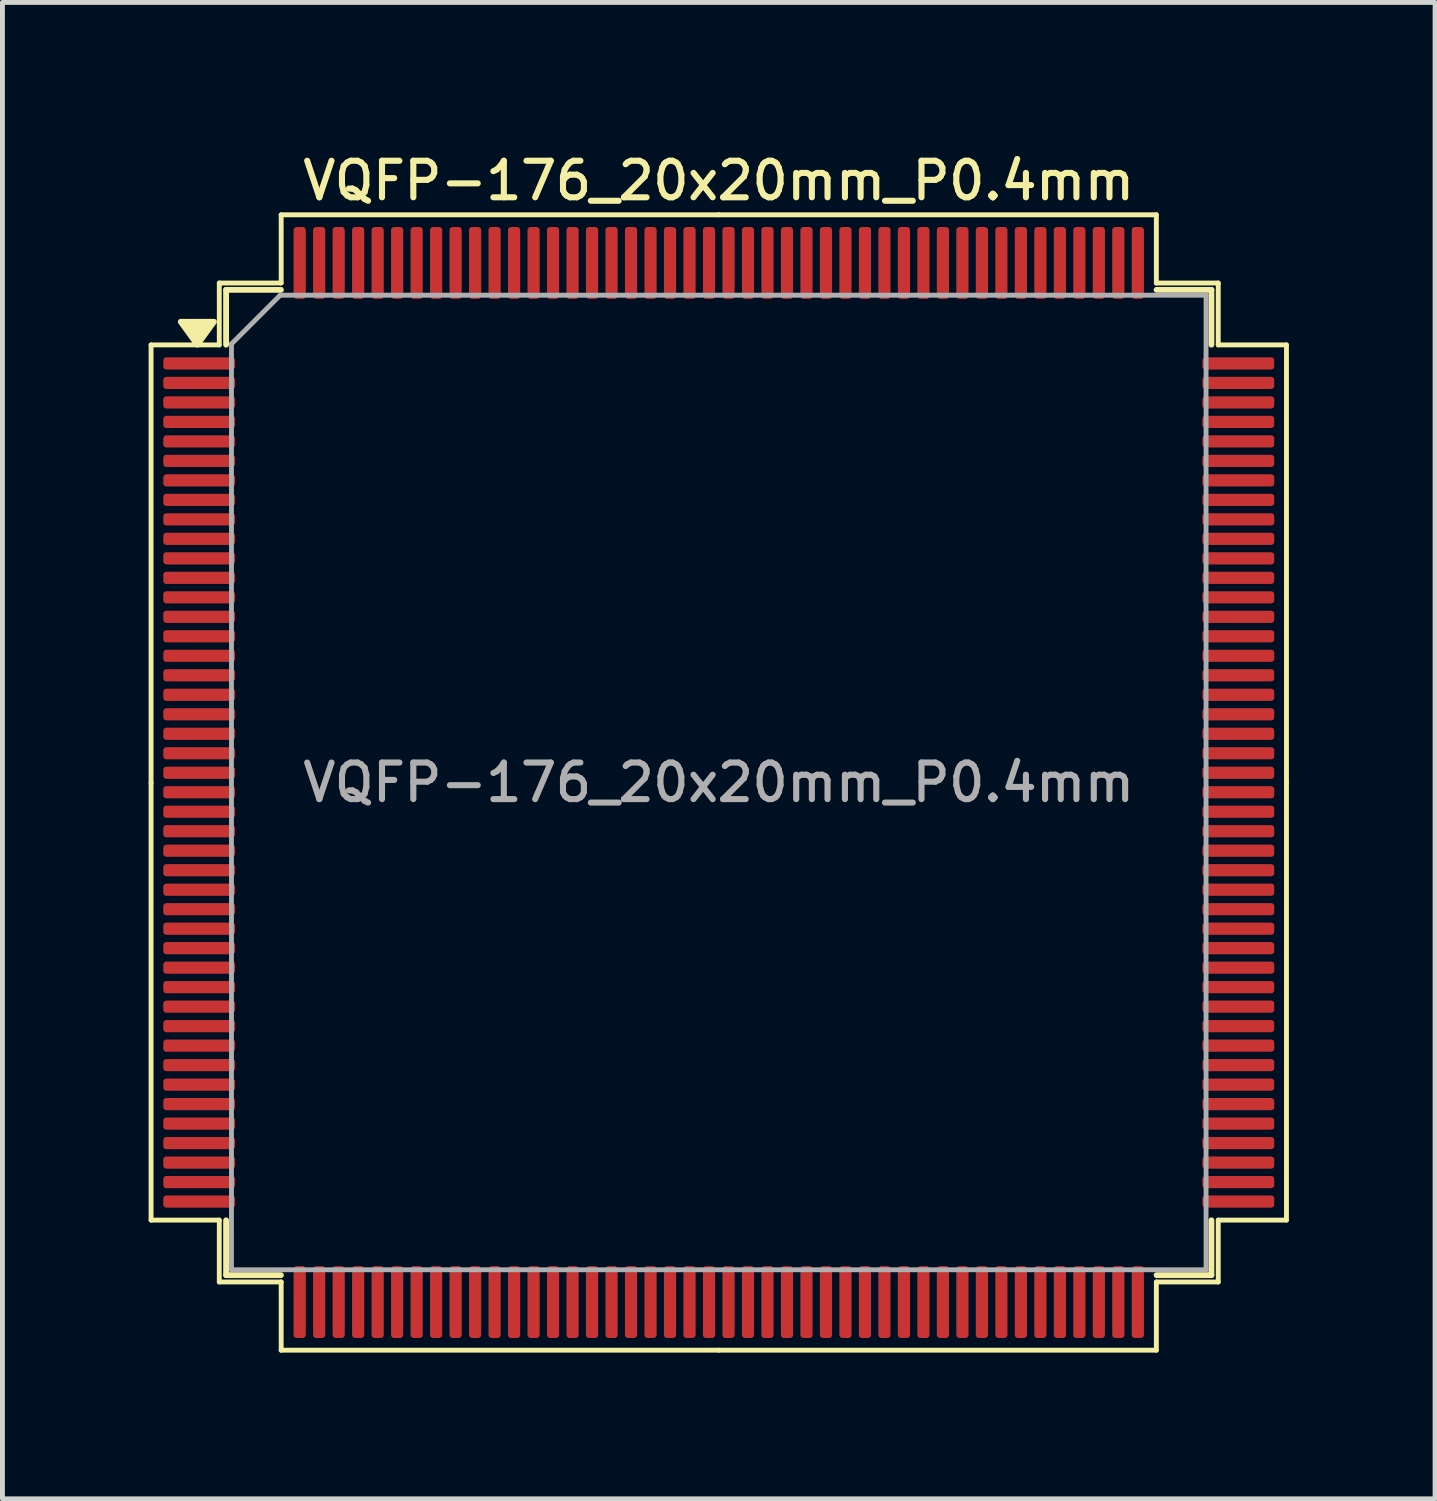
<source format=kicad_pcb>
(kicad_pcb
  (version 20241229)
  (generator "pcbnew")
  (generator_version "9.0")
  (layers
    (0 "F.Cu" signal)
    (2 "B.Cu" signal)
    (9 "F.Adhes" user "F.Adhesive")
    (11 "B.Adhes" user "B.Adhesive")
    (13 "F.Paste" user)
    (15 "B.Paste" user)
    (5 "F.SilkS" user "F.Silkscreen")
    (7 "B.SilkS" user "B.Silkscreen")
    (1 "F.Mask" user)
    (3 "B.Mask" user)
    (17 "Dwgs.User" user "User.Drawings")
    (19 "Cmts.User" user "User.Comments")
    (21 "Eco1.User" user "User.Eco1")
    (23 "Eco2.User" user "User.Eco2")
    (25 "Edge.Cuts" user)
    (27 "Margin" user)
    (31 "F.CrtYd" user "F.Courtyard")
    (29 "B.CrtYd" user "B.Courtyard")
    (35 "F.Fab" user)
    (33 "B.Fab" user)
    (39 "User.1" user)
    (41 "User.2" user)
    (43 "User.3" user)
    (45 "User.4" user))
  (footprint "VQFP-176_20x20mm_P0.4mm"
    (layer "F.Cu")
    (at 11.7 13.008)
    (property "Reference" "VQFP-176_20x20mm_P0.4mm" (at 0 -12.35 0) (layer "F.SilkS") (effects (font (size 0.75 0.75) (thickness 0.125))))
    (attr smd)
    (fp_line (start -11.65 -8.98) (end -11.65 0) (stroke (width 0.1) (type solid)) (layer "F.SilkS"))
    (fp_line (start -11.65 8.98) (end -11.65 0) (stroke (width 0.1) (type solid)) (layer "F.SilkS"))
    (fp_line (start -10.25 -10.25) (end -10.25 -8.98) (stroke (width 0.1) (type solid)) (layer "F.SilkS"))
    (fp_line (start -10.25 -8.98) (end -11.65 -8.98) (stroke (width 0.1) (type solid)) (layer "F.SilkS"))
    (fp_line (start -10.25 8.98) (end -11.65 8.98) (stroke (width 0.1) (type solid)) (layer "F.SilkS"))
    (fp_line (start -10.25 10.25) (end -10.25 8.98) (stroke (width 0.1) (type solid)) (layer "F.SilkS"))
    (fp_line (start -10.11 -10.11) (end -10.11 -8.985) (stroke (width 0.12) (type solid)) (layer "F.SilkS"))
    (fp_line (start -10.11 10.11) (end -10.11 8.985) (stroke (width 0.12) (type solid)) (layer "F.SilkS"))
    (fp_line (start -8.985 -10.11) (end -10.11 -10.11) (stroke (width 0.12) (type solid)) (layer "F.SilkS"))
    (fp_line (start -8.985 10.11) (end -10.11 10.11) (stroke (width 0.12) (type solid)) (layer "F.SilkS"))
    (fp_line (start -8.98 -11.65) (end -8.98 -10.25) (stroke (width 0.1) (type solid)) (layer "F.SilkS"))
    (fp_line (start -8.98 -10.25) (end -10.25 -10.25) (stroke (width 0.1) (type solid)) (layer "F.SilkS"))
    (fp_line (start -8.98 10.25) (end -10.25 10.25) (stroke (width 0.1) (type solid)) (layer "F.SilkS"))
    (fp_line (start -8.98 11.65) (end -8.98 10.25) (stroke (width 0.1) (type solid)) (layer "F.SilkS"))
    (fp_line (start 0 -11.65) (end -8.98 -11.65) (stroke (width 0.1) (type solid)) (layer "F.SilkS"))
    (fp_line (start 0 -11.65) (end 8.98 -11.65) (stroke (width 0.1) (type solid)) (layer "F.SilkS"))
    (fp_line (start 0 11.65) (end -8.98 11.65) (stroke (width 0.1) (type solid)) (layer "F.SilkS"))
    (fp_line (start 0 11.65) (end 8.98 11.65) (stroke (width 0.1) (type solid)) (layer "F.SilkS"))
    (fp_line (start 8.98 -11.65) (end 8.98 -10.25) (stroke (width 0.1) (type solid)) (layer "F.SilkS"))
    (fp_line (start 8.98 -10.25) (end 10.25 -10.25) (stroke (width 0.1) (type solid)) (layer "F.SilkS"))
    (fp_line (start 8.98 10.25) (end 10.25 10.25) (stroke (width 0.1) (type solid)) (layer "F.SilkS"))
    (fp_line (start 8.98 11.65) (end 8.98 10.25) (stroke (width 0.1) (type solid)) (layer "F.SilkS"))
    (fp_line (start 8.985 -10.11) (end 10.11 -10.11) (stroke (width 0.12) (type solid)) (layer "F.SilkS"))
    (fp_line (start 8.985 10.11) (end 10.11 10.11) (stroke (width 0.12) (type solid)) (layer "F.SilkS"))
    (fp_line (start 10.11 -10.11) (end 10.11 -8.985) (stroke (width 0.12) (type solid)) (layer "F.SilkS"))
    (fp_line (start 10.11 10.11) (end 10.11 8.985) (stroke (width 0.12) (type solid)) (layer "F.SilkS"))
    (fp_line (start 10.25 -10.25) (end 10.25 -8.98) (stroke (width 0.1) (type solid)) (layer "F.SilkS"))
    (fp_line (start 10.25 -8.98) (end 11.65 -8.98) (stroke (width 0.1) (type solid)) (layer "F.SilkS"))
    (fp_line (start 10.25 8.98) (end 11.65 8.98) (stroke (width 0.1) (type solid)) (layer "F.SilkS"))
    (fp_line (start 10.25 10.25) (end 10.25 8.98) (stroke (width 0.1) (type solid)) (layer "F.SilkS"))
    (fp_line (start 11.65 -8.98) (end 11.65 0) (stroke (width 0.1) (type solid)) (layer "F.SilkS"))
    (fp_line (start 11.65 8.98) (end 11.65 0) (stroke (width 0.1) (type solid)) (layer "F.SilkS"))
    (fp_poly (pts (xy -10.7 -8.985) (xy -11.04 -9.455) (xy -10.36 -9.455) (xy -10.7 -8.985)) (stroke (width 0.12) (type solid)) (fill yes) (layer "F.SilkS"))
    (fp_line (start -10 -9) (end -9 -10) (stroke (width 0.1) (type solid)) (layer "F.Fab"))
    (fp_line (start -10 10) (end -10 -9) (stroke (width 0.1) (type solid)) (layer "F.Fab"))
    (fp_line (start -9 -10) (end 10 -10) (stroke (width 0.1) (type solid)) (layer "F.Fab"))
    (fp_line (start 10 -10) (end 10 10) (stroke (width 0.1) (type solid)) (layer "F.Fab"))
    (fp_line (start 10 10) (end -10 10) (stroke (width 0.1) (type solid)) (layer "F.Fab"))
    (fp_text user "${REFERENCE}" (at 0 0 0) (layer "F.Fab") (effects (font (size 0.75 0.75) (thickness 0.125))))
    (pad "1" smd roundrect (at -10.662 -8.6) (size 1.475 0.25) (layers "F.Cu" "F.Mask" "F.Paste") (roundrect_rratio 0.25))
    (pad "2" smd roundrect (at -10.662 -8.2) (size 1.475 0.25) (layers "F.Cu" "F.Mask" "F.Paste") (roundrect_rratio 0.25))
    (pad "3" smd roundrect (at -10.662 -7.8) (size 1.475 0.25) (layers "F.Cu" "F.Mask" "F.Paste") (roundrect_rratio 0.25))
    (pad "4" smd roundrect (at -10.662 -7.4) (size 1.475 0.25) (layers "F.Cu" "F.Mask" "F.Paste") (roundrect_rratio 0.25))
    (pad "5" smd roundrect (at -10.662 -7) (size 1.475 0.25) (layers "F.Cu" "F.Mask" "F.Paste") (roundrect_rratio 0.25))
    (pad "6" smd roundrect (at -10.662 -6.6) (size 1.475 0.25) (layers "F.Cu" "F.Mask" "F.Paste") (roundrect_rratio 0.25))
    (pad "7" smd roundrect (at -10.662 -6.2) (size 1.475 0.25) (layers "F.Cu" "F.Mask" "F.Paste") (roundrect_rratio 0.25))
    (pad "8" smd roundrect (at -10.662 -5.8) (size 1.475 0.25) (layers "F.Cu" "F.Mask" "F.Paste") (roundrect_rratio 0.25))
    (pad "9" smd roundrect (at -10.662 -5.4) (size 1.475 0.25) (layers "F.Cu" "F.Mask" "F.Paste") (roundrect_rratio 0.25))
    (pad "10" smd roundrect (at -10.662 -5) (size 1.475 0.25) (layers "F.Cu" "F.Mask" "F.Paste") (roundrect_rratio 0.25))
    (pad "11" smd roundrect (at -10.662 -4.6) (size 1.475 0.25) (layers "F.Cu" "F.Mask" "F.Paste") (roundrect_rratio 0.25))
    (pad "12" smd roundrect (at -10.662 -4.2) (size 1.475 0.25) (layers "F.Cu" "F.Mask" "F.Paste") (roundrect_rratio 0.25))
    (pad "13" smd roundrect (at -10.662 -3.8) (size 1.475 0.25) (layers "F.Cu" "F.Mask" "F.Paste") (roundrect_rratio 0.25))
    (pad "14" smd roundrect (at -10.662 -3.4) (size 1.475 0.25) (layers "F.Cu" "F.Mask" "F.Paste") (roundrect_rratio 0.25))
    (pad "15" smd roundrect (at -10.662 -3) (size 1.475 0.25) (layers "F.Cu" "F.Mask" "F.Paste") (roundrect_rratio 0.25))
    (pad "16" smd roundrect (at -10.662 -2.6) (size 1.475 0.25) (layers "F.Cu" "F.Mask" "F.Paste") (roundrect_rratio 0.25))
    (pad "17" smd roundrect (at -10.662 -2.2) (size 1.475 0.25) (layers "F.Cu" "F.Mask" "F.Paste") (roundrect_rratio 0.25))
    (pad "18" smd roundrect (at -10.662 -1.8) (size 1.475 0.25) (layers "F.Cu" "F.Mask" "F.Paste") (roundrect_rratio 0.25))
    (pad "19" smd roundrect (at -10.662 -1.4) (size 1.475 0.25) (layers "F.Cu" "F.Mask" "F.Paste") (roundrect_rratio 0.25))
    (pad "20" smd roundrect (at -10.662 -1) (size 1.475 0.25) (layers "F.Cu" "F.Mask" "F.Paste") (roundrect_rratio 0.25))
    (pad "21" smd roundrect (at -10.662 -0.6) (size 1.475 0.25) (layers "F.Cu" "F.Mask" "F.Paste") (roundrect_rratio 0.25))
    (pad "22" smd roundrect (at -10.662 -0.2) (size 1.475 0.25) (layers "F.Cu" "F.Mask" "F.Paste") (roundrect_rratio 0.25))
    (pad "23" smd roundrect (at -10.662 0.2) (size 1.475 0.25) (layers "F.Cu" "F.Mask" "F.Paste") (roundrect_rratio 0.25))
    (pad "24" smd roundrect (at -10.662 0.6) (size 1.475 0.25) (layers "F.Cu" "F.Mask" "F.Paste") (roundrect_rratio 0.25))
    (pad "25" smd roundrect (at -10.662 1) (size 1.475 0.25) (layers "F.Cu" "F.Mask" "F.Paste") (roundrect_rratio 0.25))
    (pad "26" smd roundrect (at -10.662 1.4) (size 1.475 0.25) (layers "F.Cu" "F.Mask" "F.Paste") (roundrect_rratio 0.25))
    (pad "27" smd roundrect (at -10.662 1.8) (size 1.475 0.25) (layers "F.Cu" "F.Mask" "F.Paste") (roundrect_rratio 0.25))
    (pad "28" smd roundrect (at -10.662 2.2) (size 1.475 0.25) (layers "F.Cu" "F.Mask" "F.Paste") (roundrect_rratio 0.25))
    (pad "29" smd roundrect (at -10.662 2.6) (size 1.475 0.25) (layers "F.Cu" "F.Mask" "F.Paste") (roundrect_rratio 0.25))
    (pad "30" smd roundrect (at -10.662 3) (size 1.475 0.25) (layers "F.Cu" "F.Mask" "F.Paste") (roundrect_rratio 0.25))
    (pad "31" smd roundrect (at -10.662 3.4) (size 1.475 0.25) (layers "F.Cu" "F.Mask" "F.Paste") (roundrect_rratio 0.25))
    (pad "32" smd roundrect (at -10.662 3.8) (size 1.475 0.25) (layers "F.Cu" "F.Mask" "F.Paste") (roundrect_rratio 0.25))
    (pad "33" smd roundrect (at -10.662 4.2) (size 1.475 0.25) (layers "F.Cu" "F.Mask" "F.Paste") (roundrect_rratio 0.25))
    (pad "34" smd roundrect (at -10.662 4.6) (size 1.475 0.25) (layers "F.Cu" "F.Mask" "F.Paste") (roundrect_rratio 0.25))
    (pad "35" smd roundrect (at -10.662 5) (size 1.475 0.25) (layers "F.Cu" "F.Mask" "F.Paste") (roundrect_rratio 0.25))
    (pad "36" smd roundrect (at -10.662 5.4) (size 1.475 0.25) (layers "F.Cu" "F.Mask" "F.Paste") (roundrect_rratio 0.25))
    (pad "37" smd roundrect (at -10.662 5.8) (size 1.475 0.25) (layers "F.Cu" "F.Mask" "F.Paste") (roundrect_rratio 0.25))
    (pad "38" smd roundrect (at -10.662 6.2) (size 1.475 0.25) (layers "F.Cu" "F.Mask" "F.Paste") (roundrect_rratio 0.25))
    (pad "39" smd roundrect (at -10.662 6.6) (size 1.475 0.25) (layers "F.Cu" "F.Mask" "F.Paste") (roundrect_rratio 0.25))
    (pad "40" smd roundrect (at -10.662 7) (size 1.475 0.25) (layers "F.Cu" "F.Mask" "F.Paste") (roundrect_rratio 0.25))
    (pad "41" smd roundrect (at -10.662 7.4) (size 1.475 0.25) (layers "F.Cu" "F.Mask" "F.Paste") (roundrect_rratio 0.25))
    (pad "42" smd roundrect (at -10.662 7.8) (size 1.475 0.25) (layers "F.Cu" "F.Mask" "F.Paste") (roundrect_rratio 0.25))
    (pad "43" smd roundrect (at -10.662 8.2) (size 1.475 0.25) (layers "F.Cu" "F.Mask" "F.Paste") (roundrect_rratio 0.25))
    (pad "44" smd roundrect (at -10.662 8.6) (size 1.475 0.25) (layers "F.Cu" "F.Mask" "F.Paste") (roundrect_rratio 0.25))
    (pad "45" smd roundrect (at -8.6 10.662) (size 0.25 1.475) (layers "F.Cu" "F.Mask" "F.Paste") (roundrect_rratio 0.25))
    (pad "46" smd roundrect (at -8.2 10.662) (size 0.25 1.475) (layers "F.Cu" "F.Mask" "F.Paste") (roundrect_rratio 0.25))
    (pad "47" smd roundrect (at -7.8 10.662) (size 0.25 1.475) (layers "F.Cu" "F.Mask" "F.Paste") (roundrect_rratio 0.25))
    (pad "48" smd roundrect (at -7.4 10.662) (size 0.25 1.475) (layers "F.Cu" "F.Mask" "F.Paste") (roundrect_rratio 0.25))
    (pad "49" smd roundrect (at -7 10.662) (size 0.25 1.475) (layers "F.Cu" "F.Mask" "F.Paste") (roundrect_rratio 0.25))
    (pad "50" smd roundrect (at -6.6 10.662) (size 0.25 1.475) (layers "F.Cu" "F.Mask" "F.Paste") (roundrect_rratio 0.25))
    (pad "51" smd roundrect (at -6.2 10.662) (size 0.25 1.475) (layers "F.Cu" "F.Mask" "F.Paste") (roundrect_rratio 0.25))
    (pad "52" smd roundrect (at -5.8 10.662) (size 0.25 1.475) (layers "F.Cu" "F.Mask" "F.Paste") (roundrect_rratio 0.25))
    (pad "53" smd roundrect (at -5.4 10.662) (size 0.25 1.475) (layers "F.Cu" "F.Mask" "F.Paste") (roundrect_rratio 0.25))
    (pad "54" smd roundrect (at -5 10.662) (size 0.25 1.475) (layers "F.Cu" "F.Mask" "F.Paste") (roundrect_rratio 0.25))
    (pad "55" smd roundrect (at -4.6 10.662) (size 0.25 1.475) (layers "F.Cu" "F.Mask" "F.Paste") (roundrect_rratio 0.25))
    (pad "56" smd roundrect (at -4.2 10.662) (size 0.25 1.475) (layers "F.Cu" "F.Mask" "F.Paste") (roundrect_rratio 0.25))
    (pad "57" smd roundrect (at -3.8 10.662) (size 0.25 1.475) (layers "F.Cu" "F.Mask" "F.Paste") (roundrect_rratio 0.25))
    (pad "58" smd roundrect (at -3.4 10.662) (size 0.25 1.475) (layers "F.Cu" "F.Mask" "F.Paste") (roundrect_rratio 0.25))
    (pad "59" smd roundrect (at -3 10.662) (size 0.25 1.475) (layers "F.Cu" "F.Mask" "F.Paste") (roundrect_rratio 0.25))
    (pad "60" smd roundrect (at -2.6 10.662) (size 0.25 1.475) (layers "F.Cu" "F.Mask" "F.Paste") (roundrect_rratio 0.25))
    (pad "61" smd roundrect (at -2.2 10.662) (size 0.25 1.475) (layers "F.Cu" "F.Mask" "F.Paste") (roundrect_rratio 0.25))
    (pad "62" smd roundrect (at -1.8 10.662) (size 0.25 1.475) (layers "F.Cu" "F.Mask" "F.Paste") (roundrect_rratio 0.25))
    (pad "63" smd roundrect (at -1.4 10.662) (size 0.25 1.475) (layers "F.Cu" "F.Mask" "F.Paste") (roundrect_rratio 0.25))
    (pad "64" smd roundrect (at -1 10.662) (size 0.25 1.475) (layers "F.Cu" "F.Mask" "F.Paste") (roundrect_rratio 0.25))
    (pad "65" smd roundrect (at -0.6 10.662) (size 0.25 1.475) (layers "F.Cu" "F.Mask" "F.Paste") (roundrect_rratio 0.25))
    (pad "66" smd roundrect (at -0.2 10.662) (size 0.25 1.475) (layers "F.Cu" "F.Mask" "F.Paste") (roundrect_rratio 0.25))
    (pad "67" smd roundrect (at 0.2 10.662) (size 0.25 1.475) (layers "F.Cu" "F.Mask" "F.Paste") (roundrect_rratio 0.25))
    (pad "68" smd roundrect (at 0.6 10.662) (size 0.25 1.475) (layers "F.Cu" "F.Mask" "F.Paste") (roundrect_rratio 0.25))
    (pad "69" smd roundrect (at 1 10.662) (size 0.25 1.475) (layers "F.Cu" "F.Mask" "F.Paste") (roundrect_rratio 0.25))
    (pad "70" smd roundrect (at 1.4 10.662) (size 0.25 1.475) (layers "F.Cu" "F.Mask" "F.Paste") (roundrect_rratio 0.25))
    (pad "71" smd roundrect (at 1.8 10.662) (size 0.25 1.475) (layers "F.Cu" "F.Mask" "F.Paste") (roundrect_rratio 0.25))
    (pad "72" smd roundrect (at 2.2 10.662) (size 0.25 1.475) (layers "F.Cu" "F.Mask" "F.Paste") (roundrect_rratio 0.25))
    (pad "73" smd roundrect (at 2.6 10.662) (size 0.25 1.475) (layers "F.Cu" "F.Mask" "F.Paste") (roundrect_rratio 0.25))
    (pad "74" smd roundrect (at 3 10.662) (size 0.25 1.475) (layers "F.Cu" "F.Mask" "F.Paste") (roundrect_rratio 0.25))
    (pad "75" smd roundrect (at 3.4 10.662) (size 0.25 1.475) (layers "F.Cu" "F.Mask" "F.Paste") (roundrect_rratio 0.25))
    (pad "76" smd roundrect (at 3.8 10.662) (size 0.25 1.475) (layers "F.Cu" "F.Mask" "F.Paste") (roundrect_rratio 0.25))
    (pad "77" smd roundrect (at 4.2 10.662) (size 0.25 1.475) (layers "F.Cu" "F.Mask" "F.Paste") (roundrect_rratio 0.25))
    (pad "78" smd roundrect (at 4.6 10.662) (size 0.25 1.475) (layers "F.Cu" "F.Mask" "F.Paste") (roundrect_rratio 0.25))
    (pad "79" smd roundrect (at 5 10.662) (size 0.25 1.475) (layers "F.Cu" "F.Mask" "F.Paste") (roundrect_rratio 0.25))
    (pad "80" smd roundrect (at 5.4 10.662) (size 0.25 1.475) (layers "F.Cu" "F.Mask" "F.Paste") (roundrect_rratio 0.25))
    (pad "81" smd roundrect (at 5.8 10.662) (size 0.25 1.475) (layers "F.Cu" "F.Mask" "F.Paste") (roundrect_rratio 0.25))
    (pad "82" smd roundrect (at 6.2 10.662) (size 0.25 1.475) (layers "F.Cu" "F.Mask" "F.Paste") (roundrect_rratio 0.25))
    (pad "83" smd roundrect (at 6.6 10.662) (size 0.25 1.475) (layers "F.Cu" "F.Mask" "F.Paste") (roundrect_rratio 0.25))
    (pad "84" smd roundrect (at 7 10.662) (size 0.25 1.475) (layers "F.Cu" "F.Mask" "F.Paste") (roundrect_rratio 0.25))
    (pad "85" smd roundrect (at 7.4 10.662) (size 0.25 1.475) (layers "F.Cu" "F.Mask" "F.Paste") (roundrect_rratio 0.25))
    (pad "86" smd roundrect (at 7.8 10.662) (size 0.25 1.475) (layers "F.Cu" "F.Mask" "F.Paste") (roundrect_rratio 0.25))
    (pad "87" smd roundrect (at 8.2 10.662) (size 0.25 1.475) (layers "F.Cu" "F.Mask" "F.Paste") (roundrect_rratio 0.25))
    (pad "88" smd roundrect (at 8.6 10.662) (size 0.25 1.475) (layers "F.Cu" "F.Mask" "F.Paste") (roundrect_rratio 0.25))
    (pad "89" smd roundrect (at 10.662 8.6) (size 1.475 0.25) (layers "F.Cu" "F.Mask" "F.Paste") (roundrect_rratio 0.25))
    (pad "90" smd roundrect (at 10.662 8.2) (size 1.475 0.25) (layers "F.Cu" "F.Mask" "F.Paste") (roundrect_rratio 0.25))
    (pad "91" smd roundrect (at 10.662 7.8) (size 1.475 0.25) (layers "F.Cu" "F.Mask" "F.Paste") (roundrect_rratio 0.25))
    (pad "92" smd roundrect (at 10.662 7.4) (size 1.475 0.25) (layers "F.Cu" "F.Mask" "F.Paste") (roundrect_rratio 0.25))
    (pad "93" smd roundrect (at 10.662 7) (size 1.475 0.25) (layers "F.Cu" "F.Mask" "F.Paste") (roundrect_rratio 0.25))
    (pad "94" smd roundrect (at 10.662 6.6) (size 1.475 0.25) (layers "F.Cu" "F.Mask" "F.Paste") (roundrect_rratio 0.25))
    (pad "95" smd roundrect (at 10.662 6.2) (size 1.475 0.25) (layers "F.Cu" "F.Mask" "F.Paste") (roundrect_rratio 0.25))
    (pad "96" smd roundrect (at 10.662 5.8) (size 1.475 0.25) (layers "F.Cu" "F.Mask" "F.Paste") (roundrect_rratio 0.25))
    (pad "97" smd roundrect (at 10.662 5.4) (size 1.475 0.25) (layers "F.Cu" "F.Mask" "F.Paste") (roundrect_rratio 0.25))
    (pad "98" smd roundrect (at 10.662 5) (size 1.475 0.25) (layers "F.Cu" "F.Mask" "F.Paste") (roundrect_rratio 0.25))
    (pad "99" smd roundrect (at 10.662 4.6) (size 1.475 0.25) (layers "F.Cu" "F.Mask" "F.Paste") (roundrect_rratio 0.25))
    (pad "100" smd roundrect (at 10.662 4.2) (size 1.475 0.25) (layers "F.Cu" "F.Mask" "F.Paste") (roundrect_rratio 0.25))
    (pad "101" smd roundrect (at 10.662 3.8) (size 1.475 0.25) (layers "F.Cu" "F.Mask" "F.Paste") (roundrect_rratio 0.25))
    (pad "102" smd roundrect (at 10.662 3.4) (size 1.475 0.25) (layers "F.Cu" "F.Mask" "F.Paste") (roundrect_rratio 0.25))
    (pad "103" smd roundrect (at 10.662 3) (size 1.475 0.25) (layers "F.Cu" "F.Mask" "F.Paste") (roundrect_rratio 0.25))
    (pad "104" smd roundrect (at 10.662 2.6) (size 1.475 0.25) (layers "F.Cu" "F.Mask" "F.Paste") (roundrect_rratio 0.25))
    (pad "105" smd roundrect (at 10.662 2.2) (size 1.475 0.25) (layers "F.Cu" "F.Mask" "F.Paste") (roundrect_rratio 0.25))
    (pad "106" smd roundrect (at 10.662 1.8) (size 1.475 0.25) (layers "F.Cu" "F.Mask" "F.Paste") (roundrect_rratio 0.25))
    (pad "107" smd roundrect (at 10.662 1.4) (size 1.475 0.25) (layers "F.Cu" "F.Mask" "F.Paste") (roundrect_rratio 0.25))
    (pad "108" smd roundrect (at 10.662 1) (size 1.475 0.25) (layers "F.Cu" "F.Mask" "F.Paste") (roundrect_rratio 0.25))
    (pad "109" smd roundrect (at 10.662 0.6) (size 1.475 0.25) (layers "F.Cu" "F.Mask" "F.Paste") (roundrect_rratio 0.25))
    (pad "110" smd roundrect (at 10.662 0.2) (size 1.475 0.25) (layers "F.Cu" "F.Mask" "F.Paste") (roundrect_rratio 0.25))
    (pad "111" smd roundrect (at 10.662 -0.2) (size 1.475 0.25) (layers "F.Cu" "F.Mask" "F.Paste") (roundrect_rratio 0.25))
    (pad "112" smd roundrect (at 10.662 -0.6) (size 1.475 0.25) (layers "F.Cu" "F.Mask" "F.Paste") (roundrect_rratio 0.25))
    (pad "113" smd roundrect (at 10.662 -1) (size 1.475 0.25) (layers "F.Cu" "F.Mask" "F.Paste") (roundrect_rratio 0.25))
    (pad "114" smd roundrect (at 10.662 -1.4) (size 1.475 0.25) (layers "F.Cu" "F.Mask" "F.Paste") (roundrect_rratio 0.25))
    (pad "115" smd roundrect (at 10.662 -1.8) (size 1.475 0.25) (layers "F.Cu" "F.Mask" "F.Paste") (roundrect_rratio 0.25))
    (pad "116" smd roundrect (at 10.662 -2.2) (size 1.475 0.25) (layers "F.Cu" "F.Mask" "F.Paste") (roundrect_rratio 0.25))
    (pad "117" smd roundrect (at 10.662 -2.6) (size 1.475 0.25) (layers "F.Cu" "F.Mask" "F.Paste") (roundrect_rratio 0.25))
    (pad "118" smd roundrect (at 10.662 -3) (size 1.475 0.25) (layers "F.Cu" "F.Mask" "F.Paste") (roundrect_rratio 0.25))
    (pad "119" smd roundrect (at 10.662 -3.4) (size 1.475 0.25) (layers "F.Cu" "F.Mask" "F.Paste") (roundrect_rratio 0.25))
    (pad "120" smd roundrect (at 10.662 -3.8) (size 1.475 0.25) (layers "F.Cu" "F.Mask" "F.Paste") (roundrect_rratio 0.25))
    (pad "121" smd roundrect (at 10.662 -4.2) (size 1.475 0.25) (layers "F.Cu" "F.Mask" "F.Paste") (roundrect_rratio 0.25))
    (pad "122" smd roundrect (at 10.662 -4.6) (size 1.475 0.25) (layers "F.Cu" "F.Mask" "F.Paste") (roundrect_rratio 0.25))
    (pad "123" smd roundrect (at 10.662 -5) (size 1.475 0.25) (layers "F.Cu" "F.Mask" "F.Paste") (roundrect_rratio 0.25))
    (pad "124" smd roundrect (at 10.662 -5.4) (size 1.475 0.25) (layers "F.Cu" "F.Mask" "F.Paste") (roundrect_rratio 0.25))
    (pad "125" smd roundrect (at 10.662 -5.8) (size 1.475 0.25) (layers "F.Cu" "F.Mask" "F.Paste") (roundrect_rratio 0.25))
    (pad "126" smd roundrect (at 10.662 -6.2) (size 1.475 0.25) (layers "F.Cu" "F.Mask" "F.Paste") (roundrect_rratio 0.25))
    (pad "127" smd roundrect (at 10.662 -6.6) (size 1.475 0.25) (layers "F.Cu" "F.Mask" "F.Paste") (roundrect_rratio 0.25))
    (pad "128" smd roundrect (at 10.662 -7) (size 1.475 0.25) (layers "F.Cu" "F.Mask" "F.Paste") (roundrect_rratio 0.25))
    (pad "129" smd roundrect (at 10.662 -7.4) (size 1.475 0.25) (layers "F.Cu" "F.Mask" "F.Paste") (roundrect_rratio 0.25))
    (pad "130" smd roundrect (at 10.662 -7.8) (size 1.475 0.25) (layers "F.Cu" "F.Mask" "F.Paste") (roundrect_rratio 0.25))
    (pad "131" smd roundrect (at 10.662 -8.2) (size 1.475 0.25) (layers "F.Cu" "F.Mask" "F.Paste") (roundrect_rratio 0.25))
    (pad "132" smd roundrect (at 10.662 -8.6) (size 1.475 0.25) (layers "F.Cu" "F.Mask" "F.Paste") (roundrect_rratio 0.25))
    (pad "133" smd roundrect (at 8.6 -10.662) (size 0.25 1.475) (layers "F.Cu" "F.Mask" "F.Paste") (roundrect_rratio 0.25))
    (pad "134" smd roundrect (at 8.2 -10.662) (size 0.25 1.475) (layers "F.Cu" "F.Mask" "F.Paste") (roundrect_rratio 0.25))
    (pad "135" smd roundrect (at 7.8 -10.662) (size 0.25 1.475) (layers "F.Cu" "F.Mask" "F.Paste") (roundrect_rratio 0.25))
    (pad "136" smd roundrect (at 7.4 -10.662) (size 0.25 1.475) (layers "F.Cu" "F.Mask" "F.Paste") (roundrect_rratio 0.25))
    (pad "137" smd roundrect (at 7 -10.662) (size 0.25 1.475) (layers "F.Cu" "F.Mask" "F.Paste") (roundrect_rratio 0.25))
    (pad "138" smd roundrect (at 6.6 -10.662) (size 0.25 1.475) (layers "F.Cu" "F.Mask" "F.Paste") (roundrect_rratio 0.25))
    (pad "139" smd roundrect (at 6.2 -10.662) (size 0.25 1.475) (layers "F.Cu" "F.Mask" "F.Paste") (roundrect_rratio 0.25))
    (pad "140" smd roundrect (at 5.8 -10.662) (size 0.25 1.475) (layers "F.Cu" "F.Mask" "F.Paste") (roundrect_rratio 0.25))
    (pad "141" smd roundrect (at 5.4 -10.662) (size 0.25 1.475) (layers "F.Cu" "F.Mask" "F.Paste") (roundrect_rratio 0.25))
    (pad "142" smd roundrect (at 5 -10.662) (size 0.25 1.475) (layers "F.Cu" "F.Mask" "F.Paste") (roundrect_rratio 0.25))
    (pad "143" smd roundrect (at 4.6 -10.662) (size 0.25 1.475) (layers "F.Cu" "F.Mask" "F.Paste") (roundrect_rratio 0.25))
    (pad "144" smd roundrect (at 4.2 -10.662) (size 0.25 1.475) (layers "F.Cu" "F.Mask" "F.Paste") (roundrect_rratio 0.25))
    (pad "145" smd roundrect (at 3.8 -10.662) (size 0.25 1.475) (layers "F.Cu" "F.Mask" "F.Paste") (roundrect_rratio 0.25))
    (pad "146" smd roundrect (at 3.4 -10.662) (size 0.25 1.475) (layers "F.Cu" "F.Mask" "F.Paste") (roundrect_rratio 0.25))
    (pad "147" smd roundrect (at 3 -10.662) (size 0.25 1.475) (layers "F.Cu" "F.Mask" "F.Paste") (roundrect_rratio 0.25))
    (pad "148" smd roundrect (at 2.6 -10.662) (size 0.25 1.475) (layers "F.Cu" "F.Mask" "F.Paste") (roundrect_rratio 0.25))
    (pad "149" smd roundrect (at 2.2 -10.662) (size 0.25 1.475) (layers "F.Cu" "F.Mask" "F.Paste") (roundrect_rratio 0.25))
    (pad "150" smd roundrect (at 1.8 -10.662) (size 0.25 1.475) (layers "F.Cu" "F.Mask" "F.Paste") (roundrect_rratio 0.25))
    (pad "151" smd roundrect (at 1.4 -10.662) (size 0.25 1.475) (layers "F.Cu" "F.Mask" "F.Paste") (roundrect_rratio 0.25))
    (pad "152" smd roundrect (at 1 -10.662) (size 0.25 1.475) (layers "F.Cu" "F.Mask" "F.Paste") (roundrect_rratio 0.25))
    (pad "153" smd roundrect (at 0.6 -10.662) (size 0.25 1.475) (layers "F.Cu" "F.Mask" "F.Paste") (roundrect_rratio 0.25))
    (pad "154" smd roundrect (at 0.2 -10.662) (size 0.25 1.475) (layers "F.Cu" "F.Mask" "F.Paste") (roundrect_rratio 0.25))
    (pad "155" smd roundrect (at -0.2 -10.662) (size 0.25 1.475) (layers "F.Cu" "F.Mask" "F.Paste") (roundrect_rratio 0.25))
    (pad "156" smd roundrect (at -0.6 -10.662) (size 0.25 1.475) (layers "F.Cu" "F.Mask" "F.Paste") (roundrect_rratio 0.25))
    (pad "157" smd roundrect (at -1 -10.662) (size 0.25 1.475) (layers "F.Cu" "F.Mask" "F.Paste") (roundrect_rratio 0.25))
    (pad "158" smd roundrect (at -1.4 -10.662) (size 0.25 1.475) (layers "F.Cu" "F.Mask" "F.Paste") (roundrect_rratio 0.25))
    (pad "159" smd roundrect (at -1.8 -10.662) (size 0.25 1.475) (layers "F.Cu" "F.Mask" "F.Paste") (roundrect_rratio 0.25))
    (pad "160" smd roundrect (at -2.2 -10.662) (size 0.25 1.475) (layers "F.Cu" "F.Mask" "F.Paste") (roundrect_rratio 0.25))
    (pad "161" smd roundrect (at -2.6 -10.662) (size 0.25 1.475) (layers "F.Cu" "F.Mask" "F.Paste") (roundrect_rratio 0.25))
    (pad "162" smd roundrect (at -3 -10.662) (size 0.25 1.475) (layers "F.Cu" "F.Mask" "F.Paste") (roundrect_rratio 0.25))
    (pad "163" smd roundrect (at -3.4 -10.662) (size 0.25 1.475) (layers "F.Cu" "F.Mask" "F.Paste") (roundrect_rratio 0.25))
    (pad "164" smd roundrect (at -3.8 -10.662) (size 0.25 1.475) (layers "F.Cu" "F.Mask" "F.Paste") (roundrect_rratio 0.25))
    (pad "165" smd roundrect (at -4.2 -10.662) (size 0.25 1.475) (layers "F.Cu" "F.Mask" "F.Paste") (roundrect_rratio 0.25))
    (pad "166" smd roundrect (at -4.6 -10.662) (size 0.25 1.475) (layers "F.Cu" "F.Mask" "F.Paste") (roundrect_rratio 0.25))
    (pad "167" smd roundrect (at -5 -10.662) (size 0.25 1.475) (layers "F.Cu" "F.Mask" "F.Paste") (roundrect_rratio 0.25))
    (pad "168" smd roundrect (at -5.4 -10.662) (size 0.25 1.475) (layers "F.Cu" "F.Mask" "F.Paste") (roundrect_rratio 0.25))
    (pad "169" smd roundrect (at -5.8 -10.662) (size 0.25 1.475) (layers "F.Cu" "F.Mask" "F.Paste") (roundrect_rratio 0.25))
    (pad "170" smd roundrect (at -6.2 -10.662) (size 0.25 1.475) (layers "F.Cu" "F.Mask" "F.Paste") (roundrect_rratio 0.25))
    (pad "171" smd roundrect (at -6.6 -10.662) (size 0.25 1.475) (layers "F.Cu" "F.Mask" "F.Paste") (roundrect_rratio 0.25))
    (pad "172" smd roundrect (at -7 -10.662) (size 0.25 1.475) (layers "F.Cu" "F.Mask" "F.Paste") (roundrect_rratio 0.25))
    (pad "173" smd roundrect (at -7.4 -10.662) (size 0.25 1.475) (layers "F.Cu" "F.Mask" "F.Paste") (roundrect_rratio 0.25))
    (pad "174" smd roundrect (at -7.8 -10.662) (size 0.25 1.475) (layers "F.Cu" "F.Mask" "F.Paste") (roundrect_rratio 0.25))
    (pad "175" smd roundrect (at -8.2 -10.662) (size 0.25 1.475) (layers "F.Cu" "F.Mask" "F.Paste") (roundrect_rratio 0.25))
    (pad "176" smd roundrect (at -8.6 -10.662) (size 0.25 1.475) (layers "F.Cu" "F.Mask" "F.Paste") (roundrect_rratio 0.25)))
  (gr_rect
    (start -3 -3)
    (end 26.4 27.708)
    (stroke (width 0.1) (type default))
    (fill no)
    (layer "Edge.Cuts")))
</source>
